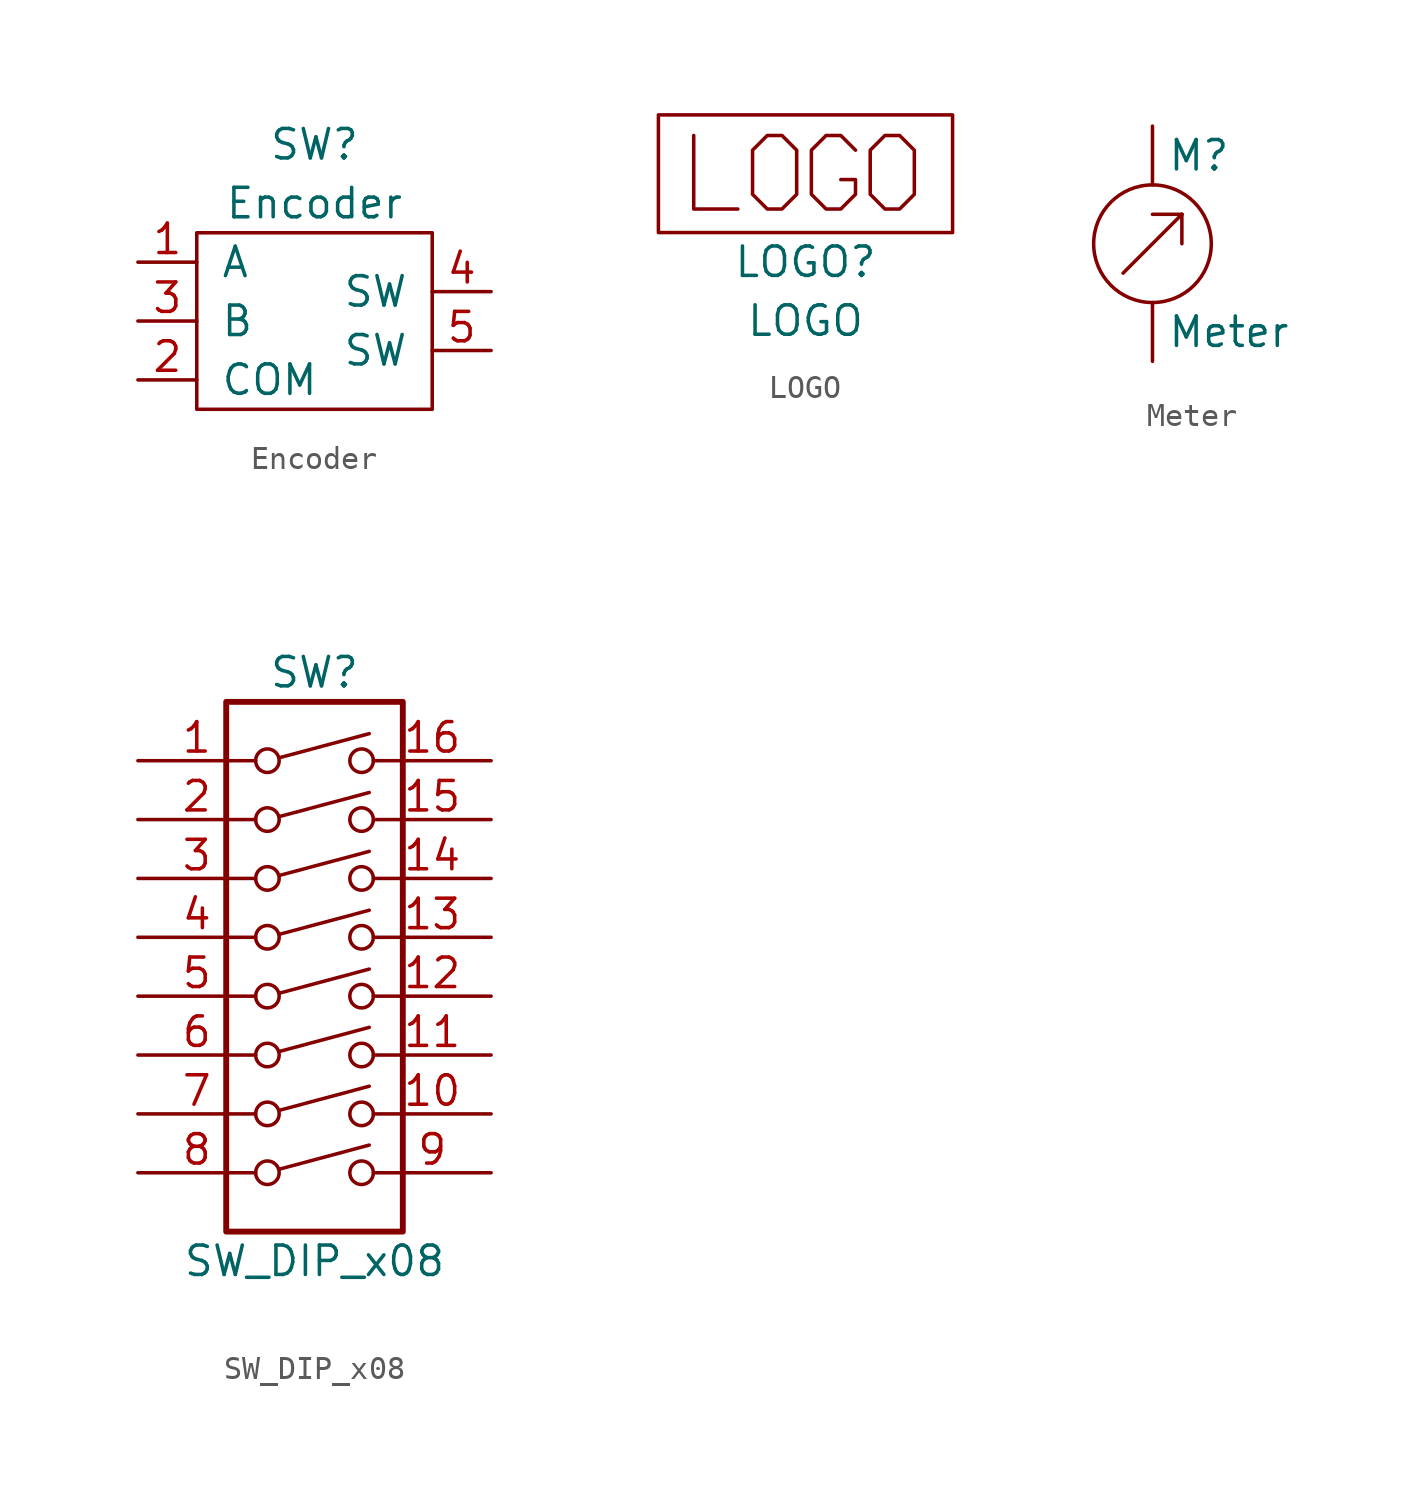
<source format=kicad_sym>
(kicad_symbol_lib
  (version 20211014)
  (generator kicad_symbol_editor)
  (symbol "Encoder"
    (pin_names
      (offset 1.016))
    (property "Reference" "SW"
      (at 0 8.89 0)
      (effects (font (size 1.27 1.27))))
    (property "Value" "Encoder"
      (at 0 6.35 0)
      (effects (font (size 1.27 1.27))))
    (symbol "Encoder_0_0"
      (rectangle (start -5.08 5.08) (end 5.08 -2.54) (stroke (width 0) (type default) (color 0 0 0 0)) (fill (type none))))
    (symbol "Encoder_1_1"
      (pin passive line (at -7.62 3.81 0) (length 2.54) (name "A" (effects (font (size 1.27 1.27)))) (number "1" (effects (font (size 1.27 1.27)))))
      (pin passive line (at -7.62 -1.27 0) (length 2.54) (name "COM" (effects (font (size 1.27 1.27)))) (number "2" (effects (font (size 1.27 1.27)))))
      (pin passive line (at -7.62 1.27 0) (length 2.54) (name "B" (effects (font (size 1.27 1.27)))) (number "3" (effects (font (size 1.27 1.27)))))
      (pin passive line (at 7.62 2.54 180) (length 2.54) (name "SW" (effects (font (size 1.27 1.27)))) (number "4" (effects (font (size 1.27 1.27)))))
      (pin passive line (at 7.62 0 180) (length 2.54) (name "SW" (effects (font (size 1.27 1.27)))) (number "5" (effects (font (size 1.27 1.27)))))))
  (symbol "LOGO"
    (pin_numbers hide)
    (pin_names
      (offset 0) hide)
    (property "Reference" "LOGO"
      (at 0 -3.81 0)
      (effects (font (size 1.27 1.27))))
    (property "Value" "LOGO"
      (at 0 -6.35 0)
      (effects (font (size 1.27 1.27))))
    (symbol "LOGO_0_1"
      (rectangle (start -6.35 2.54) (end 6.35 -2.54) (stroke (width 0) (type default) (color 0 0 0 0)) (fill (type none)))
      (polyline (pts (xy -4.826 1.651) (xy -4.826 -1.524) (xy -2.921 -1.524)) (stroke (width 0) (type default) (color 0 0 0 0)) (fill (type none)))
      (polyline (pts (xy -1.016 1.651) (xy -1.651 1.651) (xy -2.286 1.016) (xy -2.286 -0.889) (xy -1.651 -1.524) (xy -1.016 -1.524) (xy -0.381 -0.889) (xy -0.381 1.016) (xy -1.016 1.651)) (stroke (width 0) (type default) (color 0 0 0 0)) (fill (type none)))
      (polyline (pts (xy 4.064 1.651) (xy 3.429 1.651) (xy 2.794 1.016) (xy 2.794 -0.889) (xy 3.429 -1.524) (xy 4.064 -1.524) (xy 4.699 -0.889) (xy 4.699 1.016) (xy 4.064 1.651)) (stroke (width 0) (type default) (color 0 0 0 0)) (fill (type none)))
      (polyline (pts (xy 2.159 1.016) (xy 1.524 1.651) (xy 0.889 1.651) (xy 0.254 1.016) (xy 0.254 -0.889) (xy 0.889 -1.524) (xy 1.524 -1.524) (xy 2.159 -0.889) (xy 2.159 -0.254) (xy 1.524 -0.254)) (stroke (width 0) (type default) (color 0 0 0 0)) (fill (type none)))))
  (symbol "Meter"
    (pin_numbers hide)
    (pin_names
      (offset 0.025) hide)
    (property "Reference" "M"
      (at 0.635 3.81 0)
      (effects (font (size 1.27 1.27)) (justify left)))
    (property "Value" "Meter"
      (at 0.635 -3.81 0)
      (effects (font (size 1.27 1.27)) (justify left)))
    (symbol "Meter_0_1"
      (polyline (pts (xy -1.27 -1.27) (xy 1.27 1.27)) (stroke (width 0) (type default) (color 0 0 0 0)) (fill (type none)))
      (polyline (pts (xy 1.27 1.27) (xy 0 1.27)) (stroke (width 0) (type default) (color 0 0 0 0)) (fill (type none)))
      (polyline (pts (xy 1.27 1.27) (xy 1.27 0)) (stroke (width 0) (type default) (color 0 0 0 0)) (fill (type none)))
      (circle (center 0 0) (radius 2.54) (stroke (width 0) (type default) (color 0 0 0 0)) (fill (type none))))
    (symbol "Meter_1_1"
      (pin passive line (at 0 -5.08 90) (length 2.54) (name "-" (effects (font (size 1.27 1.27)))) (number "1" (effects (font (size 1.27 1.27)))))
      (pin passive line (at 0 5.08 270) (length 2.54) (name "+" (effects (font (size 1.27 1.27)))) (number "2" (effects (font (size 1.27 1.27)))))))
  (symbol "SW_DIP_x08"
    (pin_names
      (offset 0) hide)
    (property "Reference" "SW"
      (at 0 13.97 0)
      (effects (font (size 1.27 1.27))))
    (property "Value" "SW_DIP_x08"
      (at 0 -11.43 0)
      (effects (font (size 1.27 1.27))))
    (symbol "SW_DIP_x08_0_0"
      (circle (center -2.032 -7.62) (radius 0.508) (stroke (width 0) (type default) (color 0 0 0 0)) (fill (type none)))
      (circle (center -2.032 -5.08) (radius 0.508) (stroke (width 0) (type default) (color 0 0 0 0)) (fill (type none)))
      (circle (center -2.032 -2.54) (radius 0.508) (stroke (width 0) (type default) (color 0 0 0 0)) (fill (type none)))
      (circle (center -2.032 0) (radius 0.508) (stroke (width 0) (type default) (color 0 0 0 0)) (fill (type none)))
      (circle (center -2.032 2.54) (radius 0.508) (stroke (width 0) (type default) (color 0 0 0 0)) (fill (type none)))
      (circle (center -2.032 5.08) (radius 0.508) (stroke (width 0) (type default) (color 0 0 0 0)) (fill (type none)))
      (circle (center -2.032 7.62) (radius 0.508) (stroke (width 0) (type default) (color 0 0 0 0)) (fill (type none)))
      (circle (center -2.032 10.16) (radius 0.508) (stroke (width 0) (type default) (color 0 0 0 0)) (fill (type none)))
      (polyline (pts (xy -1.524 -7.468) (xy 2.362 -6.426)) (stroke (width 0) (type default) (color 0 0 0 0)) (fill (type none)))
      (polyline (pts (xy -1.524 -4.928) (xy 2.362 -3.886)) (stroke (width 0) (type default) (color 0 0 0 0)) (fill (type none)))
      (polyline (pts (xy -1.524 -2.388) (xy 2.362 -1.346)) (stroke (width 0) (type default) (color 0 0 0 0)) (fill (type none)))
      (polyline (pts (xy -1.524 0.127) (xy 2.362 1.168)) (stroke (width 0) (type default) (color 0 0 0 0)) (fill (type none)))
      (polyline (pts (xy -1.524 2.667) (xy 2.362 3.708)) (stroke (width 0) (type default) (color 0 0 0 0)) (fill (type none)))
      (polyline (pts (xy -1.524 5.207) (xy 2.362 6.248)) (stroke (width 0) (type default) (color 0 0 0 0)) (fill (type none)))
      (polyline (pts (xy -1.524 7.747) (xy 2.362 8.788)) (stroke (width 0) (type default) (color 0 0 0 0)) (fill (type none)))
      (polyline (pts (xy -1.524 10.287) (xy 2.362 11.328)) (stroke (width 0) (type default) (color 0 0 0 0)) (fill (type none)))
      (circle (center 2.032 -7.62) (radius 0.508) (stroke (width 0) (type default) (color 0 0 0 0)) (fill (type none)))
      (circle (center 2.032 -5.08) (radius 0.508) (stroke (width 0) (type default) (color 0 0 0 0)) (fill (type none)))
      (circle (center 2.032 -2.54) (radius 0.508) (stroke (width 0) (type default) (color 0 0 0 0)) (fill (type none)))
      (circle (center 2.032 0) (radius 0.508) (stroke (width 0) (type default) (color 0 0 0 0)) (fill (type none)))
      (circle (center 2.032 2.54) (radius 0.508) (stroke (width 0) (type default) (color 0 0 0 0)) (fill (type none)))
      (circle (center 2.032 5.08) (radius 0.508) (stroke (width 0) (type default) (color 0 0 0 0)) (fill (type none)))
      (circle (center 2.032 7.62) (radius 0.508) (stroke (width 0) (type default) (color 0 0 0 0)) (fill (type none)))
      (circle (center 2.032 10.16) (radius 0.508) (stroke (width 0) (type default) (color 0 0 0 0)) (fill (type none))))
    (symbol "SW_DIP_x08_0_1"
      (rectangle (start -3.81 12.7) (end 3.81 -10.16) (stroke (width 0.254) (type default) (color 0 0 0 0)) (fill (type none))))
    (symbol "SW_DIP_x08_1_1"
      (pin passive line (at -7.62 10.16 0) (length 5.08) (name "~" (effects (font (size 1.27 1.27)))) (number "1" (effects (font (size 1.27 1.27)))))
      (pin passive line (at 7.62 -5.08 180) (length 5.08) (name "~" (effects (font (size 1.27 1.27)))) (number "10" (effects (font (size 1.27 1.27)))))
      (pin passive line (at 7.62 -2.54 180) (length 5.08) (name "~" (effects (font (size 1.27 1.27)))) (number "11" (effects (font (size 1.27 1.27)))))
      (pin passive line (at 7.62 0 180) (length 5.08) (name "~" (effects (font (size 1.27 1.27)))) (number "12" (effects (font (size 1.27 1.27)))))
      (pin passive line (at 7.62 2.54 180) (length 5.08) (name "~" (effects (font (size 1.27 1.27)))) (number "13" (effects (font (size 1.27 1.27)))))
      (pin passive line (at 7.62 5.08 180) (length 5.08) (name "~" (effects (font (size 1.27 1.27)))) (number "14" (effects (font (size 1.27 1.27)))))
      (pin passive line (at 7.62 7.62 180) (length 5.08) (name "~" (effects (font (size 1.27 1.27)))) (number "15" (effects (font (size 1.27 1.27)))))
      (pin passive line (at 7.62 10.16 180) (length 5.08) (name "~" (effects (font (size 1.27 1.27)))) (number "16" (effects (font (size 1.27 1.27)))))
      (pin passive line (at -7.62 7.62 0) (length 5.08) (name "~" (effects (font (size 1.27 1.27)))) (number "2" (effects (font (size 1.27 1.27)))))
      (pin passive line (at -7.62 5.08 0) (length 5.08) (name "~" (effects (font (size 1.27 1.27)))) (number "3" (effects (font (size 1.27 1.27)))))
      (pin passive line (at -7.62 2.54 0) (length 5.08) (name "~" (effects (font (size 1.27 1.27)))) (number "4" (effects (font (size 1.27 1.27)))))
      (pin passive line (at -7.62 0 0) (length 5.08) (name "~" (effects (font (size 1.27 1.27)))) (number "5" (effects (font (size 1.27 1.27)))))
      (pin passive line (at -7.62 -2.54 0) (length 5.08) (name "~" (effects (font (size 1.27 1.27)))) (number "6" (effects (font (size 1.27 1.27)))))
      (pin passive line (at -7.62 -5.08 0) (length 5.08) (name "~" (effects (font (size 1.27 1.27)))) (number "7" (effects (font (size 1.27 1.27)))))
      (pin passive line (at -7.62 -7.62 0) (length 5.08) (name "~" (effects (font (size 1.27 1.27)))) (number "8" (effects (font (size 1.27 1.27)))))
      (pin passive line (at 7.62 -7.62 180) (length 5.08) (name "~" (effects (font (size 1.27 1.27)))) (number "9" (effects (font (size 1.27 1.27))))))))
</source>
